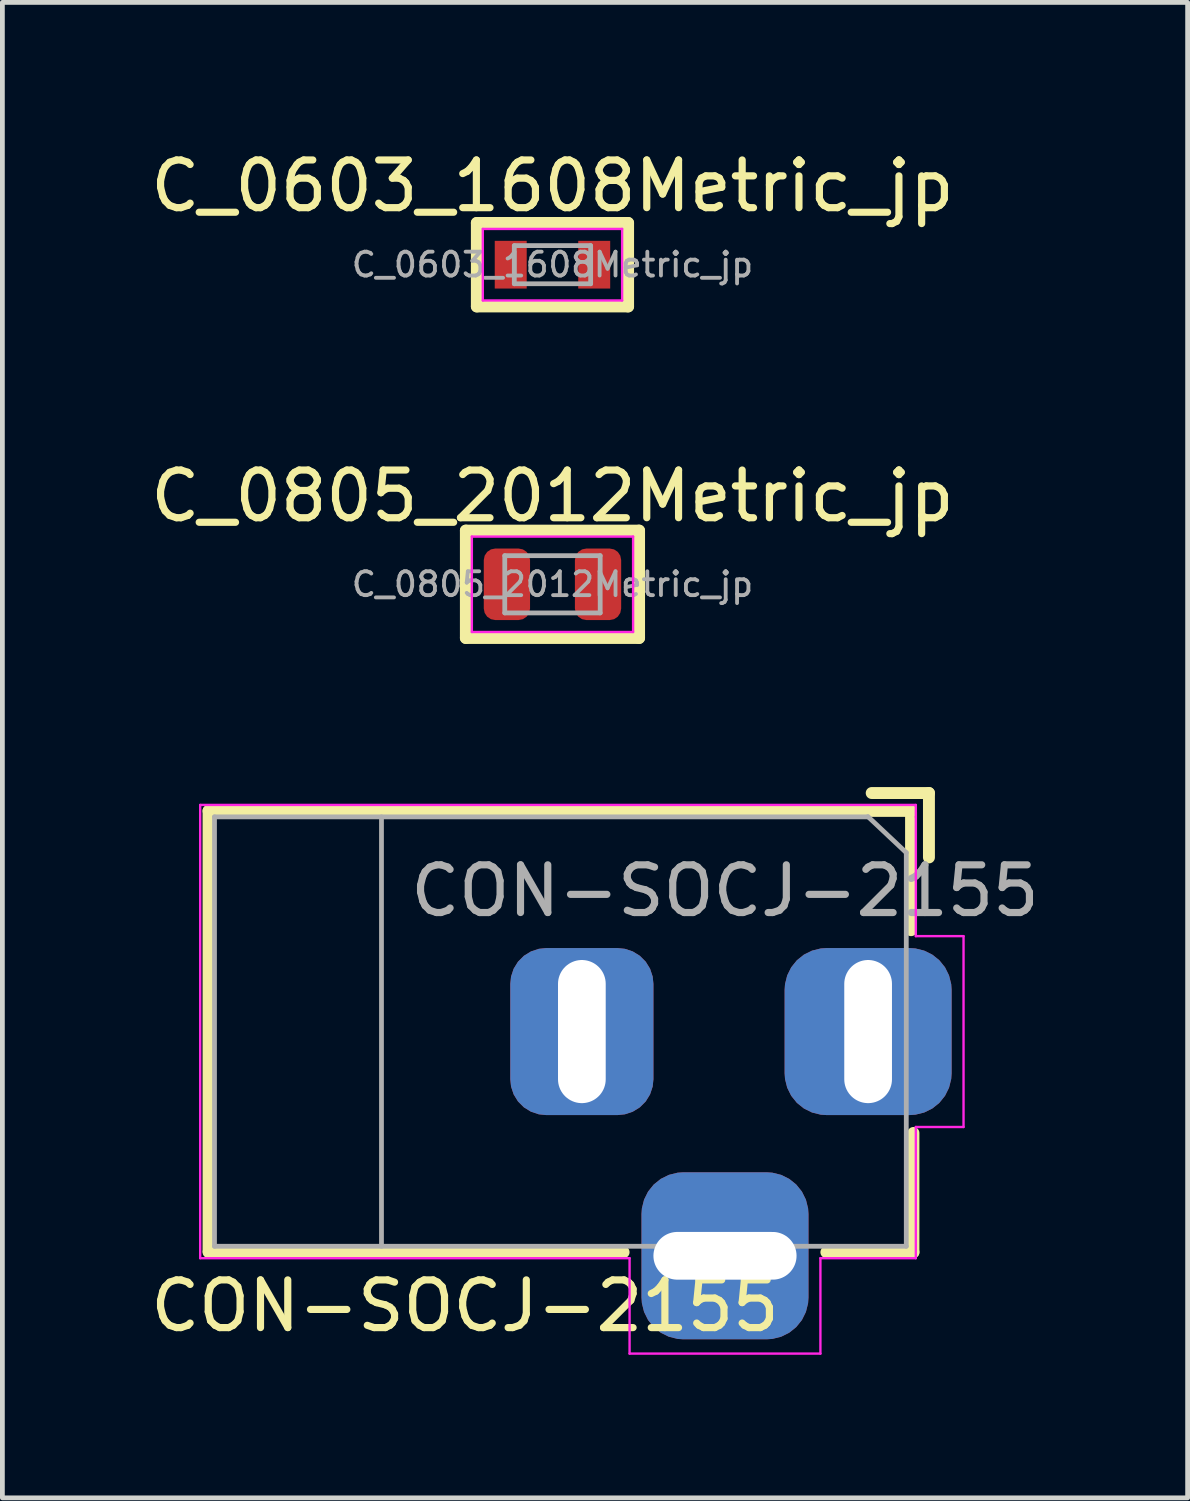
<source format=kicad_pcb>
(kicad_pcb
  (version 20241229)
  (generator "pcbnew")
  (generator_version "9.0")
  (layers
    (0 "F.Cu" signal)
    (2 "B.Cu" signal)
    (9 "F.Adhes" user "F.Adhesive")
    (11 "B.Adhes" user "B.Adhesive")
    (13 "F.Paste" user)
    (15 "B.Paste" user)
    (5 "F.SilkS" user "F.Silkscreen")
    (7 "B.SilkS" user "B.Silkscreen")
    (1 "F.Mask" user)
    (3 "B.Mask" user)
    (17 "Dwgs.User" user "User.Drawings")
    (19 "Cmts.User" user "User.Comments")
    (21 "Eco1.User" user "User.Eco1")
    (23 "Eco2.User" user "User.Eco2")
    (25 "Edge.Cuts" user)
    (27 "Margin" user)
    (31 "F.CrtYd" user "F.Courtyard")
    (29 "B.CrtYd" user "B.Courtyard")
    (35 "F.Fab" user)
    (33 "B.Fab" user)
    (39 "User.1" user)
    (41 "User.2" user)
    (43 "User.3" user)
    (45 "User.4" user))
  (footprint "C_0805_2012Metric_jp"
    (layer "F.Cu")
    (at 8.53 9.197)
    (property "Reference" "C_0805_2012Metric_jp" (at 0 -1.85 0) (layer "F.SilkS") (effects (font (size 1 1) (thickness 0.15))))
    (attr smd)
    (fp_line (start -1.815 -1.125) (end 1.815 -1.125) (stroke (width 0.25) (type solid)) (layer "F.SilkS"))
    (fp_line (start -1.815 1.125) (end -1.815 -1.125) (stroke (width 0.25) (type solid)) (layer "F.SilkS"))
    (fp_line (start 1.815 -1.125) (end 1.815 1.125) (stroke (width 0.25) (type solid)) (layer "F.SilkS"))
    (fp_line (start 1.815 1.125) (end -1.815 1.125) (stroke (width 0.25) (type solid)) (layer "F.SilkS"))
    (fp_line (start -1.69 -1) (end 1.69 -1) (stroke (width 0.05) (type solid)) (layer "F.CrtYd"))
    (fp_line (start -1.69 1) (end -1.69 -1) (stroke (width 0.05) (type solid)) (layer "F.CrtYd"))
    (fp_line (start 1.69 -1) (end 1.69 1) (stroke (width 0.05) (type solid)) (layer "F.CrtYd"))
    (fp_line (start 1.69 1) (end -1.69 1) (stroke (width 0.05) (type solid)) (layer "F.CrtYd"))
    (fp_line (start -1 -0.6) (end 1 -0.6) (stroke (width 0.1) (type solid)) (layer "F.Fab"))
    (fp_line (start -1 0.6) (end -1 -0.6) (stroke (width 0.1) (type solid)) (layer "F.Fab"))
    (fp_line (start 1 -0.6) (end 1 0.6) (stroke (width 0.1) (type solid)) (layer "F.Fab"))
    (fp_line (start 1 0.6) (end -1 0.6) (stroke (width 0.1) (type solid)) (layer "F.Fab"))
    (fp_text user "${REFERENCE}" (at 0 0 0) (layer "F.Fab") (effects (font (size 0.5 0.5) (thickness 0.08))))
    (pad "1" smd roundrect (at -0.955 0) (size 0.97 1.5) (layers "F.Cu" "F.Mask" "F.Paste") (roundrect_rratio 0.25))
    (pad "2" smd roundrect (at 0.955 0) (size 0.97 1.5) (layers "F.Cu" "F.Mask" "F.Paste") (roundrect_rratio 0.25)))
  (footprint "CON-SOCJ-2155"
    (layer "F.Cu")
    (at 15.146 18.572)
    (property "Reference" "CON-SOCJ-2155" (at -8.45 5.75 0) (layer "F.SilkS") (effects (font (size 1 1) (thickness 0.15))))
    (attr through_hole)
    (fp_line (start -13.825 -4.625) (end 0.9 -4.625) (stroke (width 0.25) (type solid)) (layer "F.SilkS"))
    (fp_line (start -13.825 4.6) (end -13.825 -4.625) (stroke (width 0.25) (type solid)) (layer "F.SilkS"))
    (fp_line (start -5.125 4.625) (end -13.825 4.625) (stroke (width 0.25) (type solid)) (layer "F.SilkS"))
    (fp_line (start 0.075 -5) (end 1.275 -5) (stroke (width 0.25) (type solid)) (layer "F.SilkS"))
    (fp_line (start 0.9 -4.6) (end 0.9 -2.125) (stroke (width 0.25) (type solid)) (layer "F.SilkS"))
    (fp_line (start 0.95 2.125) (end 0.95 4.625) (stroke (width 0.25) (type solid)) (layer "F.SilkS"))
    (fp_line (start 0.95 4.625) (end -0.875 4.625) (stroke (width 0.25) (type solid)) (layer "F.SilkS"))
    (fp_line (start 1.275 -3.65) (end 1.275 -5) (stroke (width 0.25) (type solid)) (layer "F.SilkS"))
    (fp_line (start -14 4.75) (end -14 -4.75) (stroke (width 0.05) (type solid)) (layer "F.CrtYd"))
    (fp_line (start -5 4.75) (end -14 4.75) (stroke (width 0.05) (type solid)) (layer "F.CrtYd"))
    (fp_line (start -5 6.75) (end -5 4.75) (stroke (width 0.05) (type solid)) (layer "F.CrtYd"))
    (fp_line (start -1 4.75) (end -1 6.75) (stroke (width 0.05) (type solid)) (layer "F.CrtYd"))
    (fp_line (start -1 6.75) (end -5 6.75) (stroke (width 0.05) (type solid)) (layer "F.CrtYd"))
    (fp_line (start 1 -4.75) (end -14 -4.75) (stroke (width 0.05) (type solid)) (layer "F.CrtYd"))
    (fp_line (start 1 -4.5) (end 1 -4.75) (stroke (width 0.05) (type solid)) (layer "F.CrtYd"))
    (fp_line (start 1 -4.5) (end 1 -2) (stroke (width 0.05) (type solid)) (layer "F.CrtYd"))
    (fp_line (start 1 -2) (end 2 -2) (stroke (width 0.05) (type solid)) (layer "F.CrtYd"))
    (fp_line (start 1 2) (end 1 4.75) (stroke (width 0.05) (type solid)) (layer "F.CrtYd"))
    (fp_line (start 1 4.75) (end -1 4.75) (stroke (width 0.05) (type solid)) (layer "F.CrtYd"))
    (fp_line (start 2 -2) (end 2 2) (stroke (width 0.05) (type solid)) (layer "F.CrtYd"))
    (fp_line (start 2 2) (end 1 2) (stroke (width 0.05) (type solid)) (layer "F.CrtYd"))
    (fp_line (start -13.7 -4.5) (end -13.7 4.5) (stroke (width 0.1) (type solid)) (layer "F.Fab"))
    (fp_line (start -13.7 4.5) (end 0.8 4.5) (stroke (width 0.1) (type solid)) (layer "F.Fab"))
    (fp_line (start -10.2 -4.5) (end -10.2 4.5) (stroke (width 0.1) (type solid)) (layer "F.Fab"))
    (fp_line (start -0.003 -4.505) (end 0.8 -3.75) (stroke (width 0.1) (type solid)) (layer "F.Fab"))
    (fp_line (start 0 -4.5) (end -13.7 -4.5) (stroke (width 0.1) (type solid)) (layer "F.Fab"))
    (fp_line (start 0.8 4.5) (end 0.8 -3.75) (stroke (width 0.1) (type solid)) (layer "F.Fab"))
    (fp_text user "${REFERENCE}" (at -3 -2.95 0) (layer "F.Fab") (effects (font (size 1 1) (thickness 0.15))))
    (pad "1" thru_hole roundrect (at 0 0) (size 3.5 3.5) (drill oval 1 3) (layers "*.Cu" "*.Mask") (roundrect_rratio 0.25))
    (pad "2" thru_hole roundrect (at -6 0) (size 3 3.5) (drill oval 1 3) (layers "*.Cu" "*.Mask") (roundrect_rratio 0.25))
    (pad "3" thru_hole roundrect (at -3 4.7) (size 3.5 3.5) (drill oval 3 1) (layers "*.Cu" "*.Mask") (roundrect_rratio 0.25)))
  (footprint "C_0603_1608Metric_jp"
    (layer "F.Cu")
    (at 8.53 2.498)
    (property "Reference" "C_0603_1608Metric_jp" (at 0 -1.65 0) (layer "F.SilkS") (effects (font (size 1 1) (thickness 0.15))))
    (attr smd)
    (fp_line (start -1.585 -0.875) (end -1.585 0.875) (stroke (width 0.25) (type solid)) (layer "F.SilkS"))
    (fp_line (start -1.585 0.875) (end 1.585 0.875) (stroke (width 0.25) (type solid)) (layer "F.SilkS"))
    (fp_line (start 1.585 -0.875) (end -1.585 -0.875) (stroke (width 0.25) (type solid)) (layer "F.SilkS"))
    (fp_line (start 1.585 -0.875) (end 1.585 0.875) (stroke (width 0.25) (type solid)) (layer "F.SilkS"))
    (fp_line (start -1.46 -0.75) (end 1.46 -0.75) (stroke (width 0.05) (type solid)) (layer "F.CrtYd"))
    (fp_line (start -1.46 0.75) (end -1.46 -0.75) (stroke (width 0.05) (type solid)) (layer "F.CrtYd"))
    (fp_line (start 1.46 -0.75) (end 1.46 0.75) (stroke (width 0.05) (type solid)) (layer "F.CrtYd"))
    (fp_line (start 1.46 0.75) (end -1.46 0.75) (stroke (width 0.05) (type solid)) (layer "F.CrtYd"))
    (fp_line (start -0.8 -0.4) (end 0.8 -0.4) (stroke (width 0.1) (type solid)) (layer "F.Fab"))
    (fp_line (start -0.8 0.4) (end -0.8 -0.4) (stroke (width 0.1) (type solid)) (layer "F.Fab"))
    (fp_line (start 0.8 -0.4) (end 0.8 0.4) (stroke (width 0.1) (type solid)) (layer "F.Fab"))
    (fp_line (start 0.8 0.4) (end -0.8 0.4) (stroke (width 0.1) (type solid)) (layer "F.Fab"))
    (fp_text user "${REFERENCE}" (at 0 0 0) (layer "F.Fab") (effects (font (size 0.5 0.5) (thickness 0.08))))
    (pad "1" smd rect (at -0.875 0) (size 0.67 1) (layers "F.Cu" "F.Mask" "F.Paste"))
    (pad "2" smd rect (at 0.875 0) (size 0.67 1) (layers "F.Cu" "F.Mask" "F.Paste")))
  (gr_rect
    (start -3 -3)
    (end 21.843 28.346)
    (stroke (width 0.1) (type default))
    (fill no)
    (layer "Edge.Cuts")))
</source>
